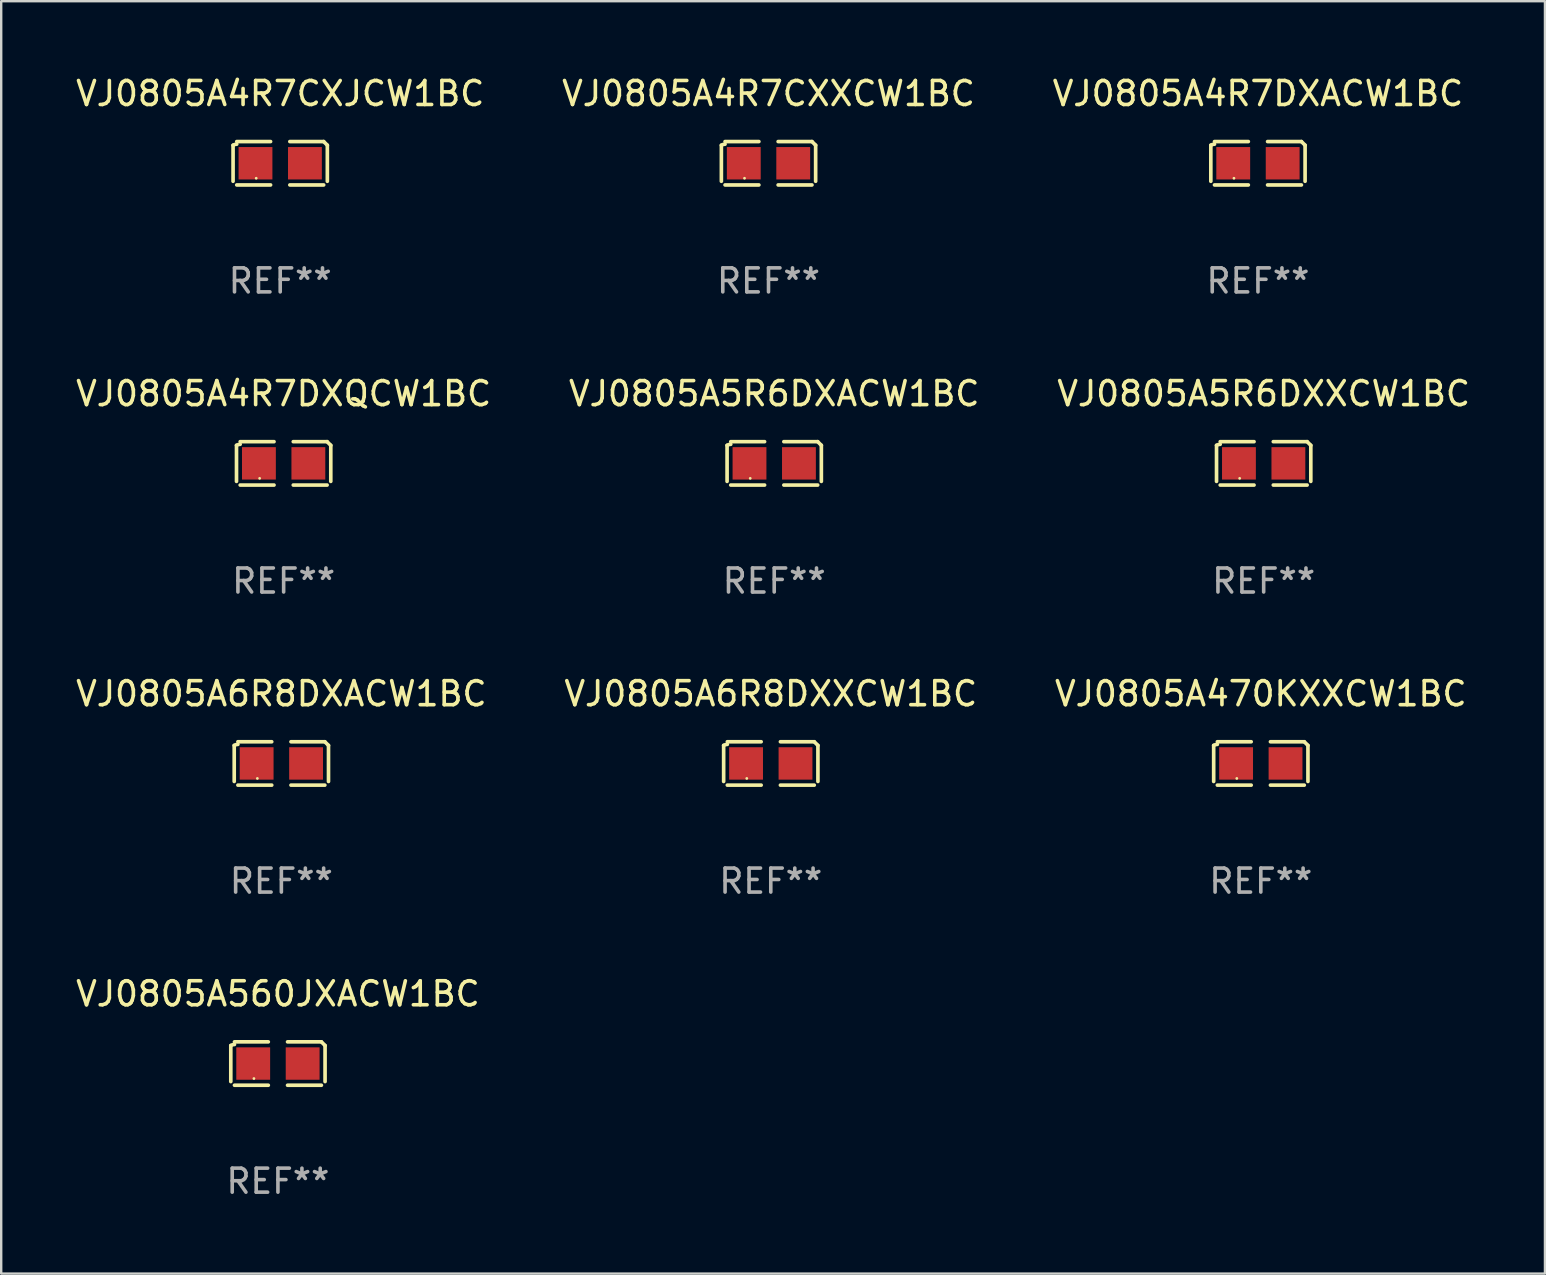
<source format=kicad_pcb>
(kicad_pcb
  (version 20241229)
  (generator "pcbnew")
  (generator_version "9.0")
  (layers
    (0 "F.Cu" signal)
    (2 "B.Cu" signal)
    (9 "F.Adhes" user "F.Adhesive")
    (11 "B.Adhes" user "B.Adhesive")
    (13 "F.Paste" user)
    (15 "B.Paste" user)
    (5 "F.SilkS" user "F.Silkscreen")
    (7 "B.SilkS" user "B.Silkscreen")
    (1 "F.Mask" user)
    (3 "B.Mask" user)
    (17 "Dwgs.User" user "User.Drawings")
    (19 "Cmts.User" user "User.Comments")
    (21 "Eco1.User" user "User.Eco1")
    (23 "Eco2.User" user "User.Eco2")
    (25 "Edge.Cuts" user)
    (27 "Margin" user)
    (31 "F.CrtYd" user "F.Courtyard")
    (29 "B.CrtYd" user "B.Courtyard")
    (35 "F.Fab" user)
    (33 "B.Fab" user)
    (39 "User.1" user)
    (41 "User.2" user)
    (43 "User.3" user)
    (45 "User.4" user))
  (footprint "VJ0805A470KXXCW1BC"
    (layer "F.Cu")
    (at 49.482 28.759)
    (property "Reference" "VJ0805A470KXXCW1BC" (at 0 -2.904 0) (layer "F.SilkS") (effects (font (size 1 1) (thickness 0.15))))
    (attr through_hole)
    (fp_line (start -1.964 0.751) (end -1.964 -0.751) (stroke (width 0.152) (type solid)) (layer "F.SilkS"))
    (fp_line (start -1.811 -0.904) (end -0.401 -0.904) (stroke (width 0.152) (type solid)) (layer "F.SilkS"))
    (fp_line (start -0.401 0.904) (end -1.811 0.904) (stroke (width 0.152) (type solid)) (layer "F.SilkS"))
    (fp_line (start 0.401 0.904) (end 1.811 0.904) (stroke (width 0.152) (type solid)) (layer "F.SilkS"))
    (fp_line (start 1.811 -0.904) (end 0.401 -0.904) (stroke (width 0.152) (type solid)) (layer "F.SilkS"))
    (fp_line (start 1.964 0.751) (end 1.964 -0.751) (stroke (width 0.152) (type solid)) (layer "F.SilkS"))
    (fp_arc (start -1.963602 -0.751207) (mid -1.890354 -0.783131) (end -1.811201 -0.794044) (stroke (width 0.1524) (type solid)) (layer "F.SilkS"))
    (fp_arc (start 1.811202 -0.903607) (mid 1.887413 -0.827418) (end 1.963602 -0.751207) (stroke (width 0.1524) (type solid)) (layer "F.SilkS"))
    (fp_circle (center -1 0.625) (end -0.97 0.625) (stroke (width 0.06) (type solid)) (fill no) (layer "F.SilkS"))
    (fp_text user "REF**" (at 0 4.904 0) (layer "F.Fab") (effects (font (size 1 1) (thickness 0.15))))
    (pad "1" smd rect (at -1.03 0) (size 1.41 1.35) (layers "F.Cu" "F.Mask" "F.Paste"))
    (pad "2" smd rect (at 1.03 0) (size 1.41 1.35) (layers "F.Cu" "F.Mask" "F.Paste")))
  (footprint "VJ0805A560JXACW1BC"
    (layer "F.Cu")
    (at 8.53 41.263)
    (property "Reference" "VJ0805A560JXACW1BC" (at 0 -2.904 0) (layer "F.SilkS") (effects (font (size 1 1) (thickness 0.15))))
    (attr through_hole)
    (fp_line (start -1.964 0.751) (end -1.964 -0.751) (stroke (width 0.152) (type solid)) (layer "F.SilkS"))
    (fp_line (start -1.811 -0.904) (end -0.401 -0.904) (stroke (width 0.152) (type solid)) (layer "F.SilkS"))
    (fp_line (start -0.401 0.904) (end -1.811 0.904) (stroke (width 0.152) (type solid)) (layer "F.SilkS"))
    (fp_line (start 0.401 0.904) (end 1.811 0.904) (stroke (width 0.152) (type solid)) (layer "F.SilkS"))
    (fp_line (start 1.811 -0.904) (end 0.401 -0.904) (stroke (width 0.152) (type solid)) (layer "F.SilkS"))
    (fp_line (start 1.964 0.751) (end 1.964 -0.751) (stroke (width 0.152) (type solid)) (layer "F.SilkS"))
    (fp_arc (start -1.963602 -0.751207) (mid -1.890354 -0.783131) (end -1.811201 -0.794044) (stroke (width 0.1524) (type solid)) (layer "F.SilkS"))
    (fp_arc (start 1.811202 -0.903607) (mid 1.887413 -0.827418) (end 1.963602 -0.751207) (stroke (width 0.1524) (type solid)) (layer "F.SilkS"))
    (fp_circle (center -1 0.625) (end -0.97 0.625) (stroke (width 0.06) (type solid)) (fill no) (layer "F.SilkS"))
    (fp_text user "REF**" (at 0 4.904 0) (layer "F.Fab") (effects (font (size 1 1) (thickness 0.15))))
    (pad "1" smd rect (at -1.03 0) (size 1.41 1.35) (layers "F.Cu" "F.Mask" "F.Paste"))
    (pad "2" smd rect (at 1.03 0) (size 1.41 1.35) (layers "F.Cu" "F.Mask" "F.Paste")))
  (footprint "VJ0805A4R7DXQCW1BC"
    (layer "F.Cu")
    (at 8.768 16.256)
    (property "Reference" "VJ0805A4R7DXQCW1BC" (at 0 -2.904 0) (layer "F.SilkS") (effects (font (size 1 1) (thickness 0.15))))
    (attr through_hole)
    (fp_line (start -1.964 0.751) (end -1.964 -0.751) (stroke (width 0.152) (type solid)) (layer "F.SilkS"))
    (fp_line (start -1.811 -0.904) (end -0.401 -0.904) (stroke (width 0.152) (type solid)) (layer "F.SilkS"))
    (fp_line (start -0.401 0.904) (end -1.811 0.904) (stroke (width 0.152) (type solid)) (layer "F.SilkS"))
    (fp_line (start 0.401 0.904) (end 1.811 0.904) (stroke (width 0.152) (type solid)) (layer "F.SilkS"))
    (fp_line (start 1.811 -0.904) (end 0.401 -0.904) (stroke (width 0.152) (type solid)) (layer "F.SilkS"))
    (fp_line (start 1.964 0.751) (end 1.964 -0.751) (stroke (width 0.152) (type solid)) (layer "F.SilkS"))
    (fp_arc (start -1.963602 -0.751207) (mid -1.890354 -0.783131) (end -1.811201 -0.794044) (stroke (width 0.1524) (type solid)) (layer "F.SilkS"))
    (fp_arc (start 1.811202 -0.903607) (mid 1.887413 -0.827418) (end 1.963602 -0.751207) (stroke (width 0.1524) (type solid)) (layer "F.SilkS"))
    (fp_circle (center -1 0.625) (end -0.97 0.625) (stroke (width 0.06) (type solid)) (fill no) (layer "F.SilkS"))
    (fp_text user "REF**" (at 0 4.904 0) (layer "F.Fab") (effects (font (size 1 1) (thickness 0.15))))
    (pad "1" smd rect (at -1.03 0) (size 1.41 1.35) (layers "F.Cu" "F.Mask" "F.Paste"))
    (pad "2" smd rect (at 1.03 0) (size 1.41 1.35) (layers "F.Cu" "F.Mask" "F.Paste")))
  (footprint "VJ0805A4R7CXJCW1BC"
    (layer "F.Cu")
    (at 8.625 3.752)
    (property "Reference" "VJ0805A4R7CXJCW1BC" (at 0 -2.904 0) (layer "F.SilkS") (effects (font (size 1 1) (thickness 0.15))))
    (attr through_hole)
    (fp_line (start -1.964 0.751) (end -1.964 -0.751) (stroke (width 0.152) (type solid)) (layer "F.SilkS"))
    (fp_line (start -1.811 -0.904) (end -0.401 -0.904) (stroke (width 0.152) (type solid)) (layer "F.SilkS"))
    (fp_line (start -0.401 0.904) (end -1.811 0.904) (stroke (width 0.152) (type solid)) (layer "F.SilkS"))
    (fp_line (start 0.401 0.904) (end 1.811 0.904) (stroke (width 0.152) (type solid)) (layer "F.SilkS"))
    (fp_line (start 1.811 -0.904) (end 0.401 -0.904) (stroke (width 0.152) (type solid)) (layer "F.SilkS"))
    (fp_line (start 1.964 0.751) (end 1.964 -0.751) (stroke (width 0.152) (type solid)) (layer "F.SilkS"))
    (fp_arc (start -1.963602 -0.751207) (mid -1.890354 -0.783131) (end -1.811201 -0.794044) (stroke (width 0.1524) (type solid)) (layer "F.SilkS"))
    (fp_arc (start 1.811202 -0.903607) (mid 1.887413 -0.827418) (end 1.963602 -0.751207) (stroke (width 0.1524) (type solid)) (layer "F.SilkS"))
    (fp_circle (center -1 0.625) (end -0.97 0.625) (stroke (width 0.06) (type solid)) (fill no) (layer "F.SilkS"))
    (fp_text user "REF**" (at 0 4.904 0) (layer "F.Fab") (effects (font (size 1 1) (thickness 0.15))))
    (pad "1" smd rect (at -1.03 0) (size 1.41 1.35) (layers "F.Cu" "F.Mask" "F.Paste"))
    (pad "2" smd rect (at 1.03 0) (size 1.41 1.35) (layers "F.Cu" "F.Mask" "F.Paste")))
  (footprint "VJ0805A4R7CXXCW1BC"
    (layer "F.Cu")
    (at 28.97 3.752)
    (property "Reference" "VJ0805A4R7CXXCW1BC" (at 0 -2.904 0) (layer "F.SilkS") (effects (font (size 1 1) (thickness 0.15))))
    (attr through_hole)
    (fp_line (start -1.964 0.751) (end -1.964 -0.751) (stroke (width 0.152) (type solid)) (layer "F.SilkS"))
    (fp_line (start -1.811 -0.904) (end -0.401 -0.904) (stroke (width 0.152) (type solid)) (layer "F.SilkS"))
    (fp_line (start -0.401 0.904) (end -1.811 0.904) (stroke (width 0.152) (type solid)) (layer "F.SilkS"))
    (fp_line (start 0.401 0.904) (end 1.811 0.904) (stroke (width 0.152) (type solid)) (layer "F.SilkS"))
    (fp_line (start 1.811 -0.904) (end 0.401 -0.904) (stroke (width 0.152) (type solid)) (layer "F.SilkS"))
    (fp_line (start 1.964 0.751) (end 1.964 -0.751) (stroke (width 0.152) (type solid)) (layer "F.SilkS"))
    (fp_arc (start -1.963602 -0.751207) (mid -1.890354 -0.783131) (end -1.811201 -0.794044) (stroke (width 0.1524) (type solid)) (layer "F.SilkS"))
    (fp_arc (start 1.811202 -0.903607) (mid 1.887413 -0.827418) (end 1.963602 -0.751207) (stroke (width 0.1524) (type solid)) (layer "F.SilkS"))
    (fp_circle (center -1 0.625) (end -0.97 0.625) (stroke (width 0.06) (type solid)) (fill no) (layer "F.SilkS"))
    (fp_text user "REF**" (at 0 4.904 0) (layer "F.Fab") (effects (font (size 1 1) (thickness 0.15))))
    (pad "1" smd rect (at -1.03 0) (size 1.41 1.35) (layers "F.Cu" "F.Mask" "F.Paste"))
    (pad "2" smd rect (at 1.03 0) (size 1.41 1.35) (layers "F.Cu" "F.Mask" "F.Paste")))
  (footprint "VJ0805A5R6DXXCW1BC"
    (layer "F.Cu")
    (at 49.601 16.256)
    (property "Reference" "VJ0805A5R6DXXCW1BC" (at 0 -2.904 0) (layer "F.SilkS") (effects (font (size 1 1) (thickness 0.15))))
    (attr through_hole)
    (fp_line (start -1.964 0.751) (end -1.964 -0.751) (stroke (width 0.152) (type solid)) (layer "F.SilkS"))
    (fp_line (start -1.811 -0.904) (end -0.401 -0.904) (stroke (width 0.152) (type solid)) (layer "F.SilkS"))
    (fp_line (start -0.401 0.904) (end -1.811 0.904) (stroke (width 0.152) (type solid)) (layer "F.SilkS"))
    (fp_line (start 0.401 0.904) (end 1.811 0.904) (stroke (width 0.152) (type solid)) (layer "F.SilkS"))
    (fp_line (start 1.811 -0.904) (end 0.401 -0.904) (stroke (width 0.152) (type solid)) (layer "F.SilkS"))
    (fp_line (start 1.964 0.751) (end 1.964 -0.751) (stroke (width 0.152) (type solid)) (layer "F.SilkS"))
    (fp_arc (start -1.963602 -0.751207) (mid -1.890354 -0.783131) (end -1.811201 -0.794044) (stroke (width 0.1524) (type solid)) (layer "F.SilkS"))
    (fp_arc (start 1.811202 -0.903607) (mid 1.887413 -0.827418) (end 1.963602 -0.751207) (stroke (width 0.1524) (type solid)) (layer "F.SilkS"))
    (fp_circle (center -1 0.625) (end -0.97 0.625) (stroke (width 0.06) (type solid)) (fill no) (layer "F.SilkS"))
    (fp_text user "REF**" (at 0 4.904 0) (layer "F.Fab") (effects (font (size 1 1) (thickness 0.15))))
    (pad "1" smd rect (at -1.03 0) (size 1.41 1.35) (layers "F.Cu" "F.Mask" "F.Paste"))
    (pad "2" smd rect (at 1.03 0) (size 1.41 1.35) (layers "F.Cu" "F.Mask" "F.Paste")))
  (footprint "VJ0805A4R7DXACW1BC"
    (layer "F.Cu")
    (at 49.363 3.752)
    (property "Reference" "VJ0805A4R7DXACW1BC" (at 0 -2.904 0) (layer "F.SilkS") (effects (font (size 1 1) (thickness 0.15))))
    (attr through_hole)
    (fp_line (start -1.964 0.751) (end -1.964 -0.751) (stroke (width 0.152) (type solid)) (layer "F.SilkS"))
    (fp_line (start -1.811 -0.904) (end -0.401 -0.904) (stroke (width 0.152) (type solid)) (layer "F.SilkS"))
    (fp_line (start -0.401 0.904) (end -1.811 0.904) (stroke (width 0.152) (type solid)) (layer "F.SilkS"))
    (fp_line (start 0.401 0.904) (end 1.811 0.904) (stroke (width 0.152) (type solid)) (layer "F.SilkS"))
    (fp_line (start 1.811 -0.904) (end 0.401 -0.904) (stroke (width 0.152) (type solid)) (layer "F.SilkS"))
    (fp_line (start 1.964 0.751) (end 1.964 -0.751) (stroke (width 0.152) (type solid)) (layer "F.SilkS"))
    (fp_arc (start -1.963602 -0.751207) (mid -1.890354 -0.783131) (end -1.811201 -0.794044) (stroke (width 0.1524) (type solid)) (layer "F.SilkS"))
    (fp_arc (start 1.811202 -0.903607) (mid 1.887413 -0.827418) (end 1.963602 -0.751207) (stroke (width 0.1524) (type solid)) (layer "F.SilkS"))
    (fp_circle (center -1 0.625) (end -0.97 0.625) (stroke (width 0.06) (type solid)) (fill no) (layer "F.SilkS"))
    (fp_text user "REF**" (at 0 4.904 0) (layer "F.Fab") (effects (font (size 1 1) (thickness 0.15))))
    (pad "1" smd rect (at -1.03 0) (size 1.41 1.35) (layers "F.Cu" "F.Mask" "F.Paste"))
    (pad "2" smd rect (at 1.03 0) (size 1.41 1.35) (layers "F.Cu" "F.Mask" "F.Paste")))
  (footprint "VJ0805A6R8DXACW1BC"
    (layer "F.Cu")
    (at 8.673 28.759)
    (property "Reference" "VJ0805A6R8DXACW1BC" (at 0 -2.904 0) (layer "F.SilkS") (effects (font (size 1 1) (thickness 0.15))))
    (attr through_hole)
    (fp_line (start -1.964 0.751) (end -1.964 -0.751) (stroke (width 0.152) (type solid)) (layer "F.SilkS"))
    (fp_line (start -1.811 -0.904) (end -0.401 -0.904) (stroke (width 0.152) (type solid)) (layer "F.SilkS"))
    (fp_line (start -0.401 0.904) (end -1.811 0.904) (stroke (width 0.152) (type solid)) (layer "F.SilkS"))
    (fp_line (start 0.401 0.904) (end 1.811 0.904) (stroke (width 0.152) (type solid)) (layer "F.SilkS"))
    (fp_line (start 1.811 -0.904) (end 0.401 -0.904) (stroke (width 0.152) (type solid)) (layer "F.SilkS"))
    (fp_line (start 1.964 0.751) (end 1.964 -0.751) (stroke (width 0.152) (type solid)) (layer "F.SilkS"))
    (fp_arc (start -1.963602 -0.751207) (mid -1.890354 -0.783131) (end -1.811201 -0.794044) (stroke (width 0.1524) (type solid)) (layer "F.SilkS"))
    (fp_arc (start 1.811202 -0.903607) (mid 1.887413 -0.827418) (end 1.963602 -0.751207) (stroke (width 0.1524) (type solid)) (layer "F.SilkS"))
    (fp_circle (center -1 0.625) (end -0.97 0.625) (stroke (width 0.06) (type solid)) (fill no) (layer "F.SilkS"))
    (fp_text user "REF**" (at 0 4.904 0) (layer "F.Fab") (effects (font (size 1 1) (thickness 0.15))))
    (pad "1" smd rect (at -1.03 0) (size 1.41 1.35) (layers "F.Cu" "F.Mask" "F.Paste"))
    (pad "2" smd rect (at 1.03 0) (size 1.41 1.35) (layers "F.Cu" "F.Mask" "F.Paste")))
  (footprint "VJ0805A6R8DXXCW1BC"
    (layer "F.Cu")
    (at 29.065 28.759)
    (property "Reference" "VJ0805A6R8DXXCW1BC" (at 0 -2.904 0) (layer "F.SilkS") (effects (font (size 1 1) (thickness 0.15))))
    (attr through_hole)
    (fp_line (start -1.964 0.751) (end -1.964 -0.751) (stroke (width 0.152) (type solid)) (layer "F.SilkS"))
    (fp_line (start -1.811 -0.904) (end -0.401 -0.904) (stroke (width 0.152) (type solid)) (layer "F.SilkS"))
    (fp_line (start -0.401 0.904) (end -1.811 0.904) (stroke (width 0.152) (type solid)) (layer "F.SilkS"))
    (fp_line (start 0.401 0.904) (end 1.811 0.904) (stroke (width 0.152) (type solid)) (layer "F.SilkS"))
    (fp_line (start 1.811 -0.904) (end 0.401 -0.904) (stroke (width 0.152) (type solid)) (layer "F.SilkS"))
    (fp_line (start 1.964 0.751) (end 1.964 -0.751) (stroke (width 0.152) (type solid)) (layer "F.SilkS"))
    (fp_arc (start -1.963602 -0.751207) (mid -1.890354 -0.783131) (end -1.811201 -0.794044) (stroke (width 0.1524) (type solid)) (layer "F.SilkS"))
    (fp_arc (start 1.811202 -0.903607) (mid 1.887413 -0.827418) (end 1.963602 -0.751207) (stroke (width 0.1524) (type solid)) (layer "F.SilkS"))
    (fp_circle (center -1 0.625) (end -0.97 0.625) (stroke (width 0.06) (type solid)) (fill no) (layer "F.SilkS"))
    (fp_text user "REF**" (at 0 4.904 0) (layer "F.Fab") (effects (font (size 1 1) (thickness 0.15))))
    (pad "1" smd rect (at -1.03 0) (size 1.41 1.35) (layers "F.Cu" "F.Mask" "F.Paste"))
    (pad "2" smd rect (at 1.03 0) (size 1.41 1.35) (layers "F.Cu" "F.Mask" "F.Paste")))
  (footprint "VJ0805A5R6DXACW1BC"
    (layer "F.Cu")
    (at 29.208 16.256)
    (property "Reference" "VJ0805A5R6DXACW1BC" (at 0 -2.904 0) (layer "F.SilkS") (effects (font (size 1 1) (thickness 0.15))))
    (attr through_hole)
    (fp_line (start -1.964 0.751) (end -1.964 -0.751) (stroke (width 0.152) (type solid)) (layer "F.SilkS"))
    (fp_line (start -1.811 -0.904) (end -0.401 -0.904) (stroke (width 0.152) (type solid)) (layer "F.SilkS"))
    (fp_line (start -0.401 0.904) (end -1.811 0.904) (stroke (width 0.152) (type solid)) (layer "F.SilkS"))
    (fp_line (start 0.401 0.904) (end 1.811 0.904) (stroke (width 0.152) (type solid)) (layer "F.SilkS"))
    (fp_line (start 1.811 -0.904) (end 0.401 -0.904) (stroke (width 0.152) (type solid)) (layer "F.SilkS"))
    (fp_line (start 1.964 0.751) (end 1.964 -0.751) (stroke (width 0.152) (type solid)) (layer "F.SilkS"))
    (fp_arc (start -1.963602 -0.751207) (mid -1.890354 -0.783131) (end -1.811201 -0.794044) (stroke (width 0.1524) (type solid)) (layer "F.SilkS"))
    (fp_arc (start 1.811202 -0.903607) (mid 1.887413 -0.827418) (end 1.963602 -0.751207) (stroke (width 0.1524) (type solid)) (layer "F.SilkS"))
    (fp_circle (center -1 0.625) (end -0.97 0.625) (stroke (width 0.06) (type solid)) (fill no) (layer "F.SilkS"))
    (fp_text user "REF**" (at 0 4.904 0) (layer "F.Fab") (effects (font (size 1 1) (thickness 0.15))))
    (pad "1" smd rect (at -1.03 0) (size 1.41 1.35) (layers "F.Cu" "F.Mask" "F.Paste"))
    (pad "2" smd rect (at 1.03 0) (size 1.41 1.35) (layers "F.Cu" "F.Mask" "F.Paste")))
  (gr_rect
    (start -3 -3)
    (end 61.321 50.015)
    (stroke (width 0.1) (type default))
    (fill no)
    (layer "Edge.Cuts")))
</source>
